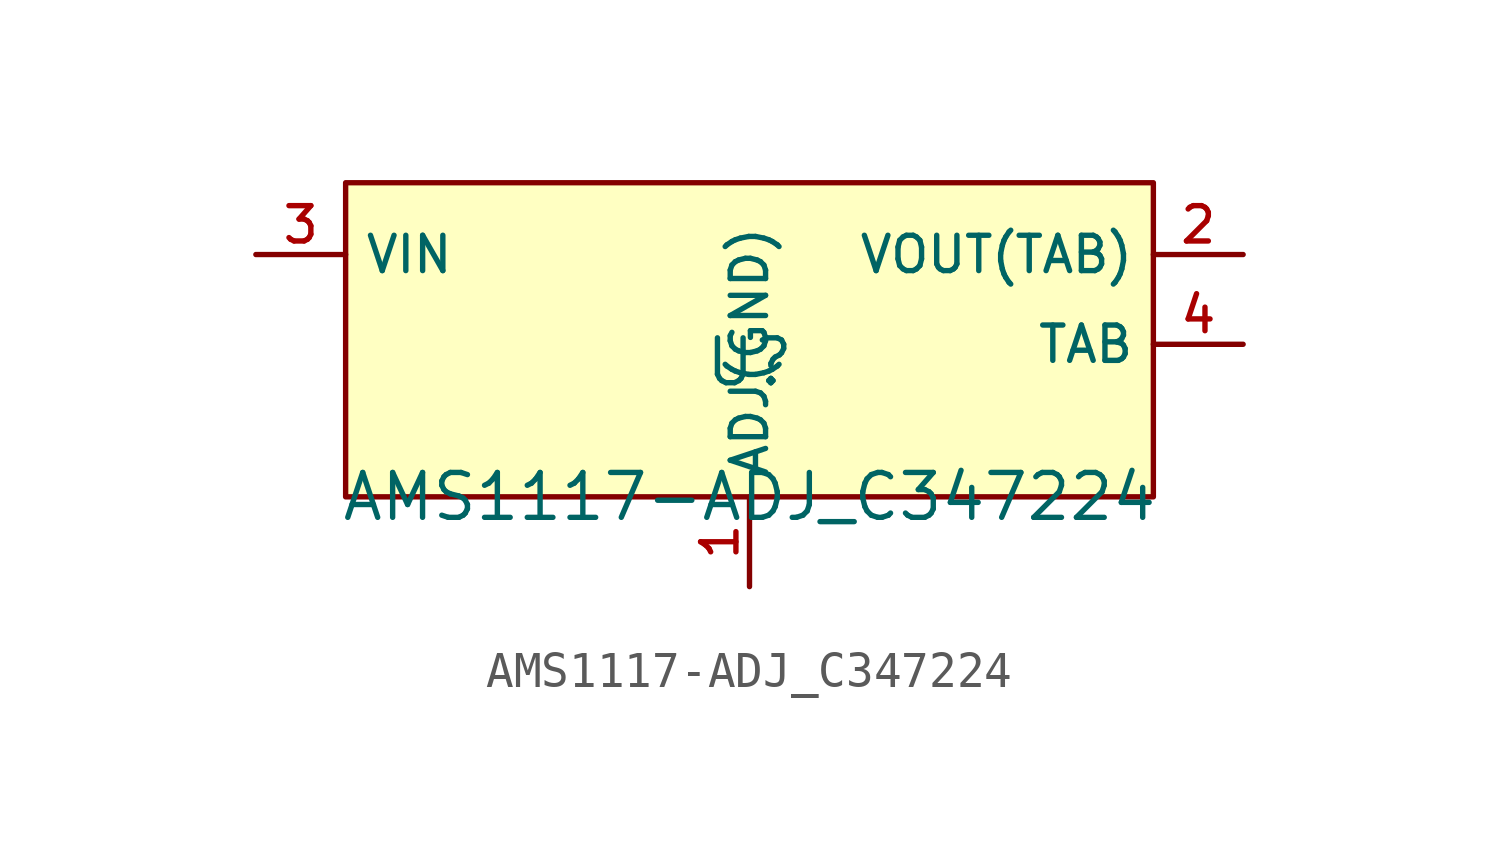
<source format=kicad_sym>
(kicad_symbol_lib
  (version 20210201)
  (generator TousstNicolas/JLC2KiCad_lib)
  (symbol "AMS1117-ADJ_C347224"
    (property "Reference" "U"
      (at 0 1.27 0)
      (effects (font (size 1.27 1.27))))
    (property "Value" "AMS1117-ADJ_C347224"
      (at 0 -2.54 0)
      (effects (font (size 1.27 1.27))))
    (symbol "AMS1117-ADJ_C347224_0_1"
      (pin unspecified line (at 13.97 1.778 180) (length 2.54) (name "TAB" (effects (font (size 1 1)))) (number "4" (effects (font (size 1 1)))))
      (pin unspecified line (at -13.97 4.318 0) (length 2.54) (name "VIN" (effects (font (size 1 1)))) (number "3" (effects (font (size 1 1)))))
      (pin unspecified line (at 0.0 -5.08 90) (length 2.54) (name "ADJ(GND)" (effects (font (size 1 1)))) (number "1" (effects (font (size 1 1)))))
      (rectangle (start -11.43 6.35) (end 11.43 -2.54) (stroke (width 0) (type default) (color 0 0 0 0)) (fill (type background)))
      (pin unspecified line (at 13.97 4.318 180) (length 2.54) (name "VOUT(TAB)" (effects (font (size 1 1)))) (number "2" (effects (font (size 1 1))))))))
</source>
